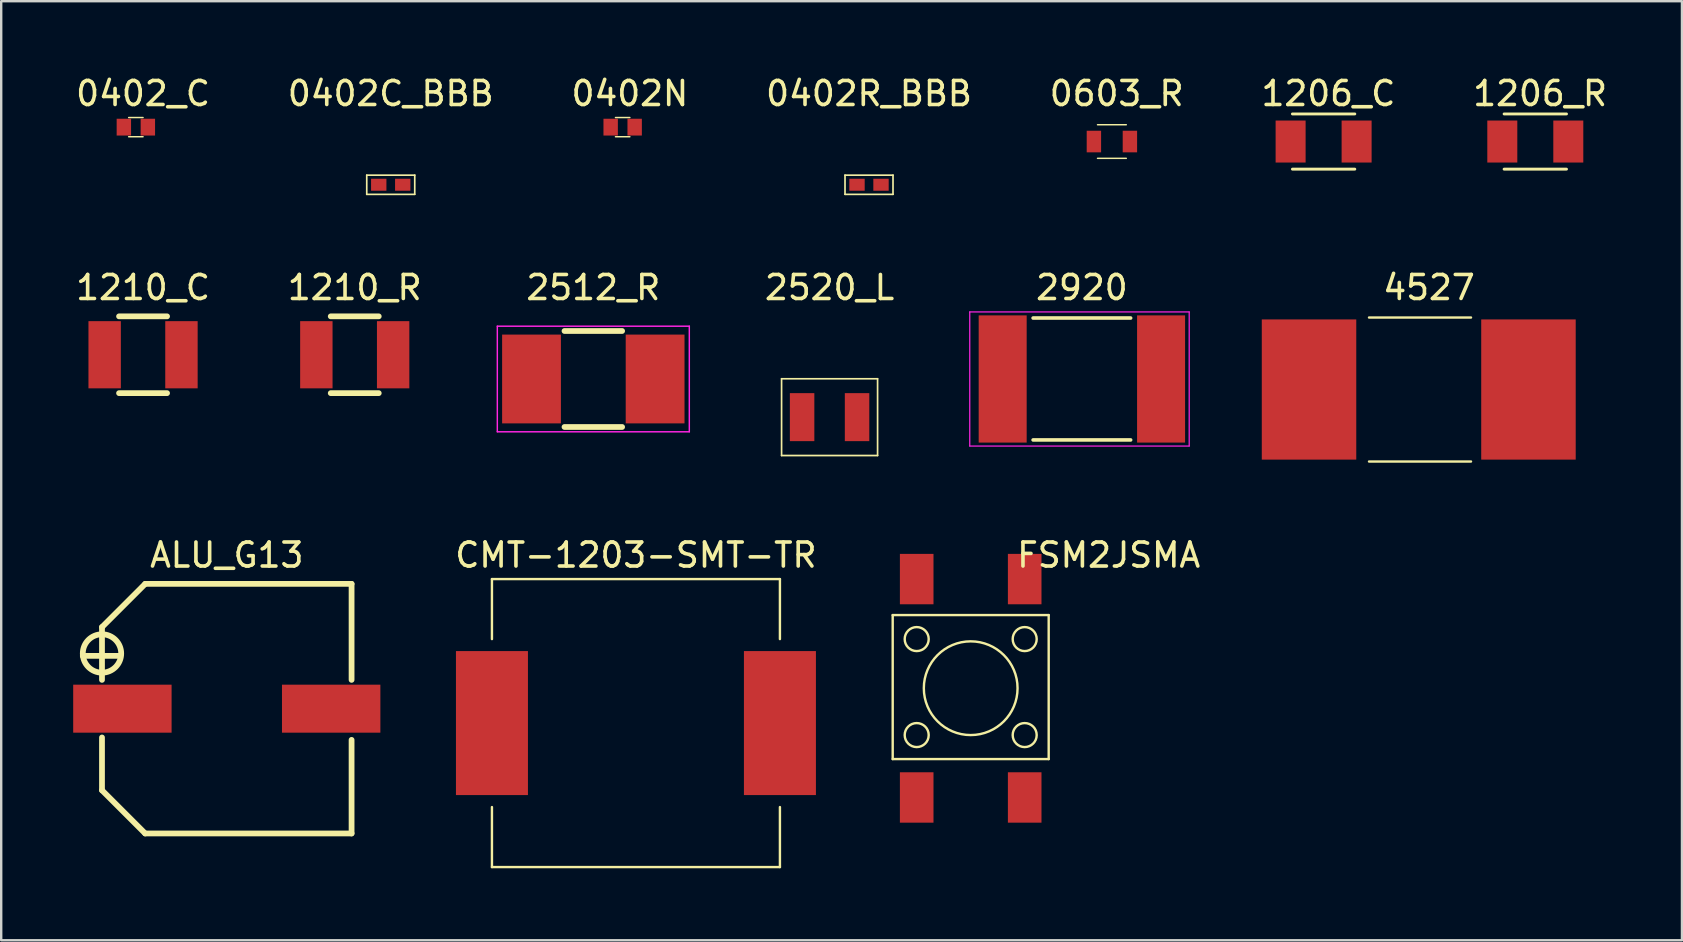
<source format=kicad_pcb>
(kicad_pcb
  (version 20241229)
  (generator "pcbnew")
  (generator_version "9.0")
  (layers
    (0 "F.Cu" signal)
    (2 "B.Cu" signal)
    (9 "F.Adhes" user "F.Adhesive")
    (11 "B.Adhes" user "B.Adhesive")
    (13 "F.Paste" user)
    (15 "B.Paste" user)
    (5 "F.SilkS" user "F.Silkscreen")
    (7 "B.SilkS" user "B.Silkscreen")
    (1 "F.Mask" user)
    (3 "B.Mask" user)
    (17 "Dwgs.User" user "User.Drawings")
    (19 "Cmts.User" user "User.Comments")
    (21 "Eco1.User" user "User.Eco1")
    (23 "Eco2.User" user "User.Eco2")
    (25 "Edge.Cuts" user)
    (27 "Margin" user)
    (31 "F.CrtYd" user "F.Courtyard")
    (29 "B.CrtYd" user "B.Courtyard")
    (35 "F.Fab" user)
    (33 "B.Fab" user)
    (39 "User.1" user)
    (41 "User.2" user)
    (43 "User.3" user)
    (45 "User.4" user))
  (footprint "2920"
    (layer "F.Cu")
    (at 42.031 12.742)
    (property "Reference" "2920" (at 0 -3.81 0) (layer "F.SilkS") (effects (font (size 1 1) (thickness 0.15))))
    (attr smd)
    (fp_line (start -2.032 -2.54) (end 2.032 -2.54) (stroke (width 0.15) (type solid)) (layer "F.SilkS"))
    (fp_line (start -2.032 2.54) (end 2.032 2.54) (stroke (width 0.15) (type solid)) (layer "F.SilkS"))
    (fp_line (start -4.672 -2.794) (end 4.472 -2.794) (stroke (width 0.05) (type solid)) (layer "F.CrtYd"))
    (fp_line (start -4.672 2.794) (end -4.672 -2.794) (stroke (width 0.05) (type solid)) (layer "F.CrtYd"))
    (fp_line (start 4.472 -2.794) (end 4.472 2.794) (stroke (width 0.05) (type solid)) (layer "F.CrtYd"))
    (fp_line (start 4.472 2.794) (end -4.672 2.794) (stroke (width 0.05) (type solid)) (layer "F.CrtYd"))
    (pad "1" smd rect (at -3.3 0) (size 2 5.3) (layers "F.Cu" "F.Mask" "F.Paste"))
    (pad "2" smd rect (at 3.3 0) (size 2 5.3) (layers "F.Cu" "F.Mask" "F.Paste")))
  (footprint "1206_C"
    (layer "F.Cu")
    (at 52.104 2.848)
    (property "Reference" "1206_C" (at 0.2 -2 0) (layer "F.SilkS") (effects (font (size 1 1) (thickness 0.15))))
    (attr through_hole)
    (fp_line (start -1.3 -1.15) (end 1.3 -1.15) (stroke (width 0.12) (type solid)) (layer "F.SilkS"))
    (fp_line (start 1.3 1.15) (end -1.3 1.15) (stroke (width 0.12) (type solid)) (layer "F.SilkS"))
    (pad "1" smd rect (at -1.375 0) (size 1.25 1.75) (layers "F.Cu" "F.Mask" "F.Paste"))
    (pad "2" smd rect (at 1.375 0) (size 1.25 1.75) (layers "F.Cu" "F.Mask" "F.Paste")))
  (footprint "1206_R"
    (layer "F.Cu")
    (at 60.925 2.848)
    (property "Reference" "1206_R" (at 0.2 -2 0) (layer "F.SilkS") (effects (font (size 1 1) (thickness 0.15))))
    (attr through_hole)
    (fp_line (start -1.3 -1.15) (end 1.3 -1.15) (stroke (width 0.12) (type solid)) (layer "F.SilkS"))
    (fp_line (start 1.3 1.15) (end -1.3 1.15) (stroke (width 0.12) (type solid)) (layer "F.SilkS"))
    (pad "1" smd rect (at -1.375 0) (size 1.25 1.75) (layers "F.Cu" "F.Mask" "F.Paste"))
    (pad "2" smd rect (at 1.375 0) (size 1.25 1.75) (layers "F.Cu" "F.Mask" "F.Paste")))
  (footprint "1210_R"
    (layer "F.Cu")
    (at 11.732 11.732)
    (property "Reference" "1210_R" (at 0 -2.8 0) (layer "F.SilkS") (effects (font (size 1 1) (thickness 0.15))))
    (attr through_hole)
    (fp_line (start -1 -1.6) (end 1 -1.6) (stroke (width 0.24) (type solid)) (layer "F.SilkS"))
    (fp_line (start -1 1.6) (end 1 1.6) (stroke (width 0.24) (type solid)) (layer "F.SilkS"))
    (pad "1" smd rect (at -1.6 0) (size 1.35 2.8) (layers "F.Cu" "F.Mask" "F.Paste"))
    (pad "2" smd rect (at 1.6 0) (size 1.35 2.8) (layers "F.Cu" "F.Mask" "F.Paste")))
  (footprint "0402C_BBB"
    (layer "F.Cu")
    (at 13.232 4.648)
    (property "Reference" "0402C_BBB" (at 0 -3.8 0) (layer "F.SilkS") (effects (font (size 1 1) (thickness 0.15))))
    (attr through_hole)
    (fp_line (start -1 -0.4) (end -1 0.4) (stroke (width 0.07) (type solid)) (layer "F.SilkS"))
    (fp_line (start -1 0.4) (end 1 0.4) (stroke (width 0.07) (type solid)) (layer "F.SilkS"))
    (fp_line (start 1 -0.4) (end -1 -0.4) (stroke (width 0.07) (type solid)) (layer "F.SilkS"))
    (fp_line (start 1 0.4) (end 1 -0.4) (stroke (width 0.07) (type solid)) (layer "F.SilkS"))
    (pad "1" smd rect (at -0.5 0) (size 0.64 0.5) (layers "F.Cu" "F.Mask" "F.Paste"))
    (pad "2" smd rect (at 0.5 0) (size 0.64 0.5) (layers "F.Cu" "F.Mask" "F.Paste")))
  (footprint "2520_L"
    (layer "F.Cu")
    (at 31.518 14.332)
    (property "Reference" "2520_L" (at 0 -5.4 0) (layer "F.SilkS") (effects (font (size 1 1) (thickness 0.15))))
    (attr through_hole)
    (fp_line (start -2 -1.6) (end -2 1.6) (stroke (width 0.07) (type solid)) (layer "F.SilkS"))
    (fp_line (start -2 1.6) (end 2 1.6) (stroke (width 0.07) (type solid)) (layer "F.SilkS"))
    (fp_line (start 2 -1.6) (end -2 -1.6) (stroke (width 0.07) (type solid)) (layer "F.SilkS"))
    (fp_line (start 2 1.6) (end 2 -1.6) (stroke (width 0.07) (type solid)) (layer "F.SilkS"))
    (pad "1" smd rect (at -1.145 0) (size 1.02 2) (layers "F.Cu" "F.Mask" "F.Paste"))
    (pad "2" smd rect (at 1.145 0) (size 1.02 2) (layers "F.Cu" "F.Mask" "F.Paste")))
  (footprint "FSM2JSMA"
    (layer "F.Cu")
    (at 35.148 21.08)
    (property "Reference" "FSM2JSMA" (at 8 -1 0) (layer "F.SilkS") (effects (font (size 1 1) (thickness 0.15))))
    (attr through_hole)
    (fp_line (start -1 1.5) (end -1 7.5) (stroke (width 0.1) (type solid)) (layer "F.SilkS"))
    (fp_line (start -1 1.5) (end 5.5 1.5) (stroke (width 0.1) (type solid)) (layer "F.SilkS"))
    (fp_line (start -1 7.5) (end 5.5 7.5) (stroke (width 0.1) (type solid)) (layer "F.SilkS"))
    (fp_line (start 5.5 7.5) (end 5.5 1.5) (stroke (width 0.1) (type solid)) (layer "F.SilkS"))
    (fp_circle (center 0 2.5) (end 0 3) (stroke (width 0.1) (type solid)) (fill no) (layer "F.SilkS"))
    (fp_circle (center 0 6.5) (end 0 7) (stroke (width 0.1) (type solid)) (fill no) (layer "F.SilkS"))
    (fp_circle (center 2.25 4.547) (end 3.5 6.047) (stroke (width 0.1) (type solid)) (fill no) (layer "F.SilkS"))
    (fp_circle (center 4.5 2.5) (end 4.5 3) (stroke (width 0.1) (type solid)) (fill no) (layer "F.SilkS"))
    (fp_circle (center 4.5 6.5) (end 4.5 7) (stroke (width 0.1) (type solid)) (fill no) (layer "F.SilkS"))
    (pad "1" smd rect (at 4.5 0) (size 1.4 2.1) (layers "F.Cu" "F.Mask" "F.Paste"))
    (pad "2" smd rect (at 4.5 9.1) (size 1.4 2.1) (layers "F.Cu" "F.Mask" "F.Paste"))
    (pad "3" smd rect (at 0 0) (size 1.4 2.1) (layers "F.Cu" "F.Mask" "F.Paste"))
    (pad "4" smd rect (at 0 9.1) (size 1.4 2.1) (layers "F.Cu" "F.Mask" "F.Paste")))
  (footprint "ALU_G13"
    (layer "F.Cu")
    (at 6.4 26.48)
    (property "Reference" "ALU_G13" (at 0 -6.4 0) (layer "F.SilkS") (effects (font (size 1 1) (thickness 0.15))))
    (attr through_hole)
    (fp_line (start -6 -2.2) (end -4.5 -2.2) (stroke (width 0.24) (type solid)) (layer "F.SilkS"))
    (fp_line (start -5.2 -3.4) (end -5.2 -1.2) (stroke (width 0.24) (type solid)) (layer "F.SilkS"))
    (fp_line (start -5.2 -3.4) (end -3.4 -5.2) (stroke (width 0.24) (type solid)) (layer "F.SilkS"))
    (fp_line (start -5.2 3.4) (end -5.2 1.2) (stroke (width 0.24) (type solid)) (layer "F.SilkS"))
    (fp_line (start -5.2 3.4) (end -3.4 5.2) (stroke (width 0.24) (type solid)) (layer "F.SilkS"))
    (fp_line (start -3.4 5.2) (end 5.2 5.2) (stroke (width 0.24) (type solid)) (layer "F.SilkS"))
    (fp_line (start 5.2 -5.2) (end -3.4 -5.2) (stroke (width 0.24) (type solid)) (layer "F.SilkS"))
    (fp_line (start 5.2 -5.2) (end 5.2 -1.2) (stroke (width 0.24) (type solid)) (layer "F.SilkS"))
    (fp_line (start 5.2 5.2) (end 5.2 1.3) (stroke (width 0.24) (type solid)) (layer "F.SilkS"))
    (fp_circle (center -5.2 -2.3) (end -5.2 -1.5) (stroke (width 0.24) (type solid)) (fill no) (layer "F.SilkS"))
    (pad "1" smd rect (at -4.35 0) (size 4.1 2) (layers "F.Cu" "F.Mask" "F.Paste"))
    (pad "2" smd rect (at 4.35 0) (size 4.1 2) (layers "F.Cu" "F.Mask" "F.Paste")))
  (footprint "0603_R"
    (layer "F.Cu")
    (at 43.282 2.848)
    (property "Reference" "0603_R" (at 0.2 -2 0) (layer "F.SilkS") (effects (font (size 1 1) (thickness 0.15))))
    (attr through_hole)
    (fp_line (start -0.6 -0.7) (end 0.6 -0.7) (stroke (width 0.06) (type solid)) (layer "F.SilkS"))
    (fp_line (start -0.6 0.7) (end 0.6 0.7) (stroke (width 0.06) (type solid)) (layer "F.SilkS"))
    (pad "1" smd rect (at -0.75 0) (size 0.6 0.9) (layers "F.Cu" "F.Mask" "F.Paste"))
    (pad "2" smd rect (at 0.75 0) (size 0.6 0.9) (layers "F.Cu" "F.Mask" "F.Paste")))
  (footprint "0402R_BBB"
    (layer "F.Cu")
    (at 33.161 4.648)
    (property "Reference" "0402R_BBB" (at 0 -3.8 0) (layer "F.SilkS") (effects (font (size 1 1) (thickness 0.15))))
    (attr through_hole)
    (fp_line (start -1 -0.4) (end -1 0.4) (stroke (width 0.07) (type solid)) (layer "F.SilkS"))
    (fp_line (start -1 0.4) (end 1 0.4) (stroke (width 0.07) (type solid)) (layer "F.SilkS"))
    (fp_line (start 1 -0.4) (end -1 -0.4) (stroke (width 0.07) (type solid)) (layer "F.SilkS"))
    (fp_line (start 1 0.4) (end 1 -0.4) (stroke (width 0.07) (type solid)) (layer "F.SilkS"))
    (pad "1" smd rect (at -0.5 0) (size 0.64 0.5) (layers "F.Cu" "F.Mask" "F.Paste"))
    (pad "2" smd rect (at 0.5 0) (size 0.64 0.5) (layers "F.Cu" "F.Mask" "F.Paste")))
  (footprint "0402N"
    (layer "F.Cu")
    (at 22.896 2.248)
    (property "Reference" "0402N" (at 0.3 -1.4 0) (layer "F.SilkS") (effects (font (size 1 1) (thickness 0.15))))
    (attr through_hole)
    (fp_line (start -0.3 -0.4) (end 0.3 -0.4) (stroke (width 0.06) (type solid)) (layer "F.SilkS"))
    (fp_line (start -0.3 0.4) (end 0.3 0.4) (stroke (width 0.06) (type solid)) (layer "F.SilkS"))
    (pad "1" smd rect (at -0.5 0) (size 0.6 0.7) (layers "F.Cu" "F.Mask" "F.Paste"))
    (pad "2" smd rect (at 0.5 0) (size 0.6 0.7) (layers "F.Cu" "F.Mask" "F.Paste")))
  (footprint "1210_C"
    (layer "F.Cu")
    (at 2.911 11.732)
    (property "Reference" "1210_C" (at 0 -2.8 0) (layer "F.SilkS") (effects (font (size 1 1) (thickness 0.15))))
    (attr through_hole)
    (fp_line (start -1 -1.6) (end 1 -1.6) (stroke (width 0.24) (type solid)) (layer "F.SilkS"))
    (fp_line (start -1 1.6) (end 1 1.6) (stroke (width 0.24) (type solid)) (layer "F.SilkS"))
    (pad "1" smd rect (at -1.6 0) (size 1.35 2.8) (layers "F.Cu" "F.Mask" "F.Paste"))
    (pad "2" smd rect (at 1.6 0) (size 1.35 2.8) (layers "F.Cu" "F.Mask" "F.Paste")))
  (footprint "4527"
    (layer "F.Cu")
    (at 51.496 13.181)
    (property "Reference" "4527" (at 5 -4.25 0) (layer "F.SilkS") (effects (font (size 1 1) (thickness 0.15))))
    (attr through_hole)
    (fp_line (start 2.5 -3) (end 6.75 -3) (stroke (width 0.1) (type solid)) (layer "F.SilkS"))
    (fp_line (start 2.5 3) (end 6.75 3) (stroke (width 0.1) (type solid)) (layer "F.SilkS"))
    (pad "1" smd rect (at 0 0) (size 3.937 5.842) (layers "F.Cu" "F.Mask" "F.Paste"))
    (pad "2" smd rect (at 9.144 0) (size 3.937 5.842) (layers "F.Cu" "F.Mask" "F.Paste")))
  (footprint "0402_C"
    (layer "F.Cu")
    (at 2.611 2.248)
    (property "Reference" "0402_C" (at 0.3 -1.4 0) (layer "F.SilkS") (effects (font (size 1 1) (thickness 0.15))))
    (attr through_hole)
    (fp_line (start -0.3 -0.4) (end 0.3 -0.4) (stroke (width 0.06) (type solid)) (layer "F.SilkS"))
    (fp_line (start -0.3 0.4) (end 0.3 0.4) (stroke (width 0.06) (type solid)) (layer "F.SilkS"))
    (pad "1" smd rect (at -0.5 0) (size 0.6 0.7) (layers "F.Cu" "F.Mask" "F.Paste"))
    (pad "2" smd rect (at 0.5 0) (size 0.6 0.7) (layers "F.Cu" "F.Mask" "F.Paste")))
  (footprint "CMT-1203-SMT-TR"
    (layer "F.Cu")
    (at 23.449 27.08)
    (property "Reference" "CMT-1203-SMT-TR" (at 0 -7 0) (layer "F.SilkS") (effects (font (size 1 1) (thickness 0.15))))
    (attr through_hole)
    (fp_line (start -6 -6) (end -6 -3.5) (stroke (width 0.1) (type solid)) (layer "F.SilkS"))
    (fp_line (start -6 -6) (end 6 -6) (stroke (width 0.1) (type solid)) (layer "F.SilkS"))
    (fp_line (start -6 6) (end -6 3.5) (stroke (width 0.1) (type solid)) (layer "F.SilkS"))
    (fp_line (start -6 6) (end 6 6) (stroke (width 0.1) (type solid)) (layer "F.SilkS"))
    (fp_line (start 6 -6) (end 6 -3.5) (stroke (width 0.1) (type solid)) (layer "F.SilkS"))
    (fp_line (start 6 6) (end 6 3.5) (stroke (width 0.1) (type solid)) (layer "F.SilkS"))
    (pad "1" smd rect (at -6 0) (size 3 6) (layers "F.Cu" "F.Mask" "F.Paste"))
    (pad "2" smd rect (at 6 0) (size 3 6) (layers "F.Cu" "F.Mask" "F.Paste")))
  (footprint "2512_R"
    (layer "F.Cu")
    (at 21.673 12.742)
    (property "Reference" "2512_R" (at 0 -3.81 0) (layer "F.SilkS") (effects (font (size 1 1) (thickness 0.15))))
    (attr smd)
    (fp_line (start -1.2 -2) (end 1.2 -2) (stroke (width 0.24) (type solid)) (layer "F.SilkS"))
    (fp_line (start -1.2 2) (end 1.2 2) (stroke (width 0.24) (type solid)) (layer "F.SilkS"))
    (fp_line (start -4 -2.2) (end 4 -2.2) (stroke (width 0.06) (type solid)) (layer "F.CrtYd"))
    (fp_line (start -4 2.2) (end -4 -2.2) (stroke (width 0.06) (type solid)) (layer "F.CrtYd"))
    (fp_line (start 4 -2.2) (end 4 2.2) (stroke (width 0.06) (type solid)) (layer "F.CrtYd"))
    (fp_line (start 4 2.2) (end -4 2.2) (stroke (width 0.06) (type solid)) (layer "F.CrtYd"))
    (pad "1" smd rect (at -2.575 0) (size 2.45 3.7) (layers "F.Cu" "F.Mask" "F.Paste"))
    (pad "2" smd rect (at 2.575 0) (size 2.45 3.7) (layers "F.Cu" "F.Mask" "F.Paste")))
  (gr_rect
    (start -3 -3)
    (end 67.036 36.13)
    (stroke (width 0.1) (type default))
    (fill no)
    (layer "Edge.Cuts")))
</source>
